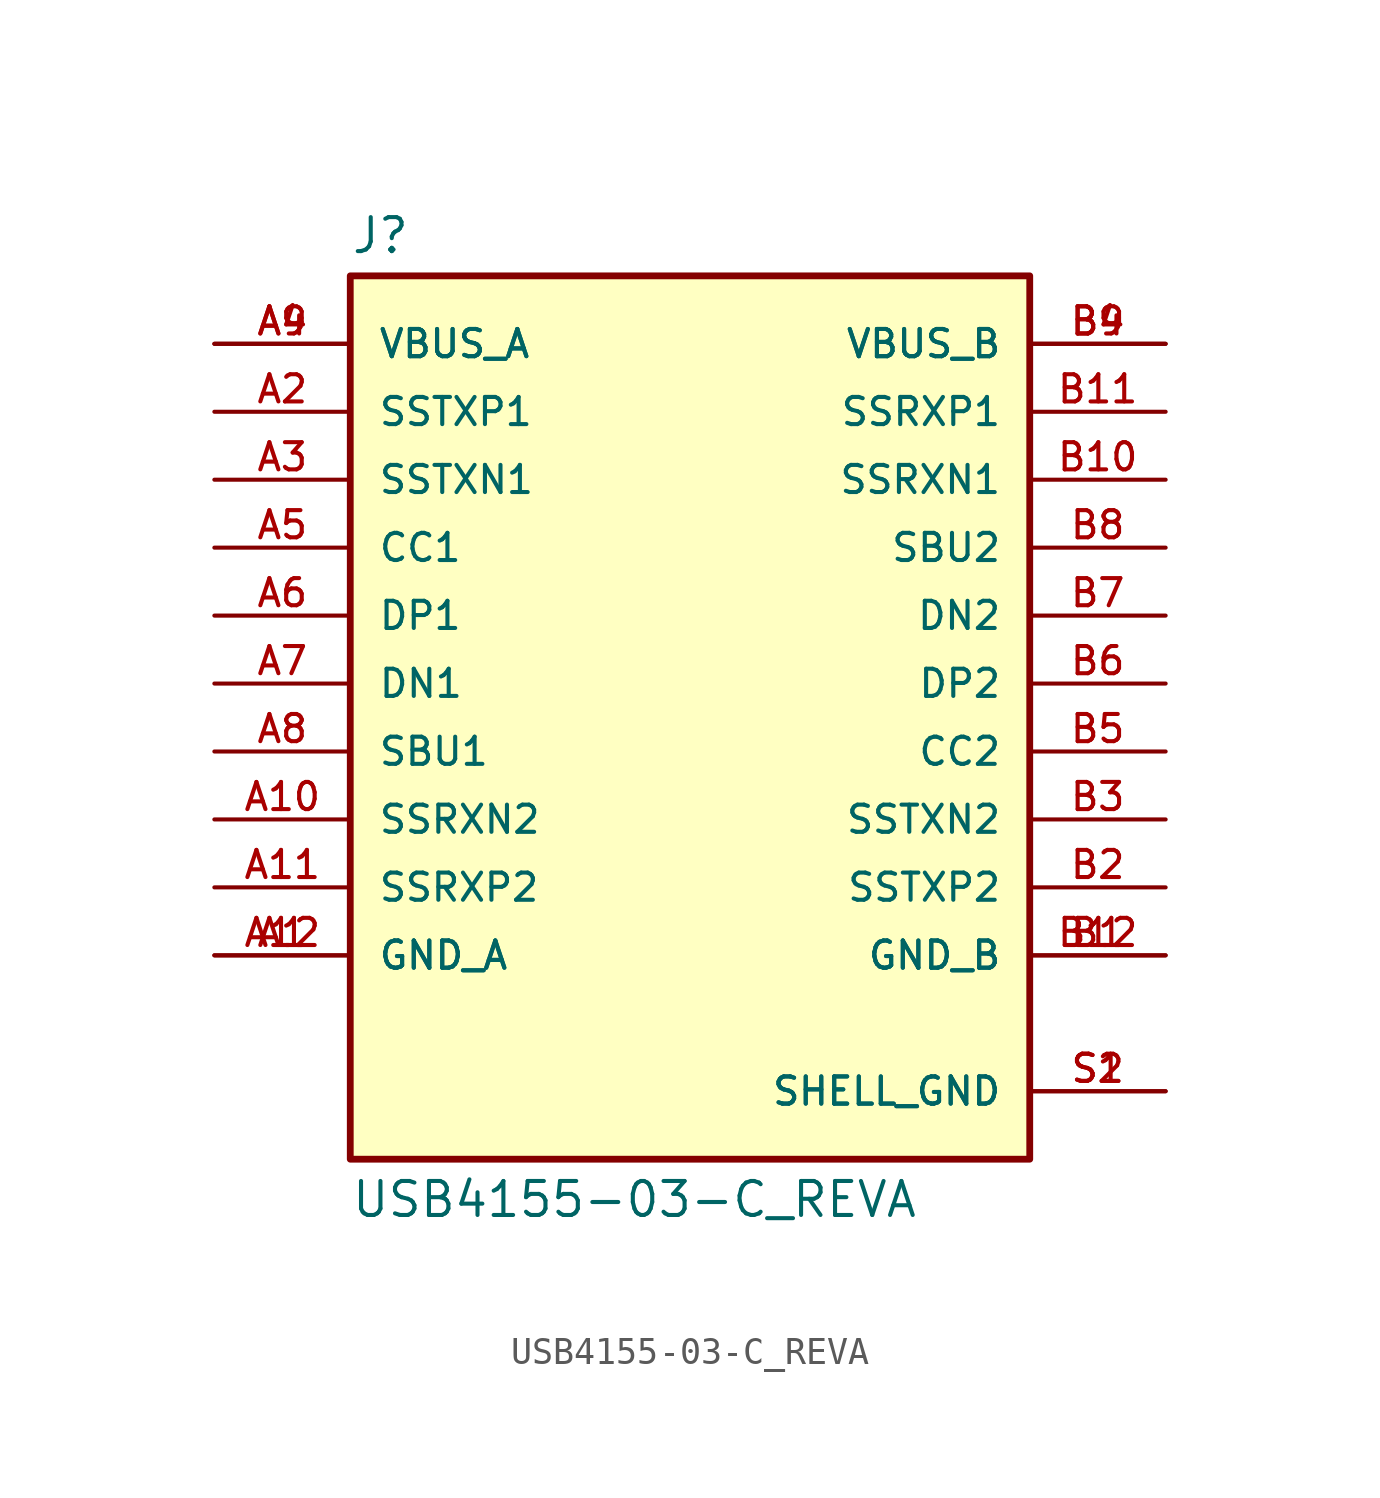
<source format=kicad_sym>
(kicad_symbol_lib
  (version 20211014)
  (generator kicad_symbol_editor)
  (symbol "USB4155-03-C_REVA"
    (pin_names
      (offset 1.016))
    (property "Reference" "J"
      (at -12.7 16.002 0)
      (effects (font (size 1.27 1.27)) (justify bottom left)))
    (property "Value" "USB4155-03-C_REVA"
      (at -12.7 -18.542 0.0)
      (effects (font (size 1.27 1.27)) (justify top left)))
    (symbol "USB4155-03-C_REVA_0_0"
      (rectangle (start -12.7 -17.78) (end 12.7 15.24) (stroke (width 0.254)) (fill (type background)))
      (pin power_in line (at -17.78 -10.16 0) (length 5.08) (name "GND_A" (effects (font (size 1.016 1.016)))) (number "A1" (effects (font (size 1.016 1.016)))))
      (pin power_in line (at -17.78 -10.16 0) (length 5.08) (name "GND_A" (effects (font (size 1.016 1.016)))) (number "A12" (effects (font (size 1.016 1.016)))))
      (pin bidirectional line (at -17.78 7.62 0) (length 5.08) (name "SSTXN1" (effects (font (size 1.016 1.016)))) (number "A3" (effects (font (size 1.016 1.016)))))
      (pin bidirectional line (at -17.78 10.16 0) (length 5.08) (name "SSTXP1" (effects (font (size 1.016 1.016)))) (number "A2" (effects (font (size 1.016 1.016)))))
      (pin power_in line (at -17.78 12.7 0) (length 5.08) (name "VBUS_A" (effects (font (size 1.016 1.016)))) (number "A4" (effects (font (size 1.016 1.016)))))
      (pin power_in line (at -17.78 12.7 0) (length 5.08) (name "VBUS_A" (effects (font (size 1.016 1.016)))) (number "A9" (effects (font (size 1.016 1.016)))))
      (pin bidirectional line (at -17.78 2.54 0) (length 5.08) (name "DP1" (effects (font (size 1.016 1.016)))) (number "A6" (effects (font (size 1.016 1.016)))))
      (pin bidirectional line (at -17.78 5.08 0) (length 5.08) (name "CC1" (effects (font (size 1.016 1.016)))) (number "A5" (effects (font (size 1.016 1.016)))))
      (pin bidirectional line (at -17.78 -2.54 0) (length 5.08) (name "SBU1" (effects (font (size 1.016 1.016)))) (number "A8" (effects (font (size 1.016 1.016)))))
      (pin bidirectional line (at -17.78 0.0 0) (length 5.08) (name "DN1" (effects (font (size 1.016 1.016)))) (number "A7" (effects (font (size 1.016 1.016)))))
      (pin bidirectional line (at -17.78 -5.08 0) (length 5.08) (name "SSRXN2" (effects (font (size 1.016 1.016)))) (number "A10" (effects (font (size 1.016 1.016)))))
      (pin bidirectional line (at -17.78 -7.62 0) (length 5.08) (name "SSRXP2" (effects (font (size 1.016 1.016)))) (number "A11" (effects (font (size 1.016 1.016)))))
      (pin power_in line (at 17.78 -15.24 180.0) (length 5.08) (name "SHELL_GND" (effects (font (size 1.016 1.016)))) (number "S1" (effects (font (size 1.016 1.016)))))
      (pin power_in line (at 17.78 -15.24 180.0) (length 5.08) (name "SHELL_GND" (effects (font (size 1.016 1.016)))) (number "S2" (effects (font (size 1.016 1.016)))))
      (pin power_in line (at 17.78 -10.16 180.0) (length 5.08) (name "GND_B" (effects (font (size 1.016 1.016)))) (number "B1" (effects (font (size 1.016 1.016)))))
      (pin power_in line (at 17.78 -10.16 180.0) (length 5.08) (name "GND_B" (effects (font (size 1.016 1.016)))) (number "B12" (effects (font (size 1.016 1.016)))))
      (pin bidirectional line (at 17.78 -5.08 180.0) (length 5.08) (name "SSTXN2" (effects (font (size 1.016 1.016)))) (number "B3" (effects (font (size 1.016 1.016)))))
      (pin bidirectional line (at 17.78 -7.62 180.0) (length 5.08) (name "SSTXP2" (effects (font (size 1.016 1.016)))) (number "B2" (effects (font (size 1.016 1.016)))))
      (pin power_in line (at 17.78 12.7 180.0) (length 5.08) (name "VBUS_B" (effects (font (size 1.016 1.016)))) (number "B4" (effects (font (size 1.016 1.016)))))
      (pin power_in line (at 17.78 12.7 180.0) (length 5.08) (name "VBUS_B" (effects (font (size 1.016 1.016)))) (number "B9" (effects (font (size 1.016 1.016)))))
      (pin bidirectional line (at 17.78 0.0 180.0) (length 5.08) (name "DP2" (effects (font (size 1.016 1.016)))) (number "B6" (effects (font (size 1.016 1.016)))))
      (pin bidirectional line (at 17.78 -2.54 180.0) (length 5.08) (name "CC2" (effects (font (size 1.016 1.016)))) (number "B5" (effects (font (size 1.016 1.016)))))
      (pin bidirectional line (at 17.78 5.08 180.0) (length 5.08) (name "SBU2" (effects (font (size 1.016 1.016)))) (number "B8" (effects (font (size 1.016 1.016)))))
      (pin bidirectional line (at 17.78 2.54 180.0) (length 5.08) (name "DN2" (effects (font (size 1.016 1.016)))) (number "B7" (effects (font (size 1.016 1.016)))))
      (pin bidirectional line (at 17.78 7.62 180.0) (length 5.08) (name "SSRXN1" (effects (font (size 1.016 1.016)))) (number "B10" (effects (font (size 1.016 1.016)))))
      (pin bidirectional line (at 17.78 10.16 180.0) (length 5.08) (name "SSRXP1" (effects (font (size 1.016 1.016)))) (number "B11" (effects (font (size 1.016 1.016))))))))
</source>
